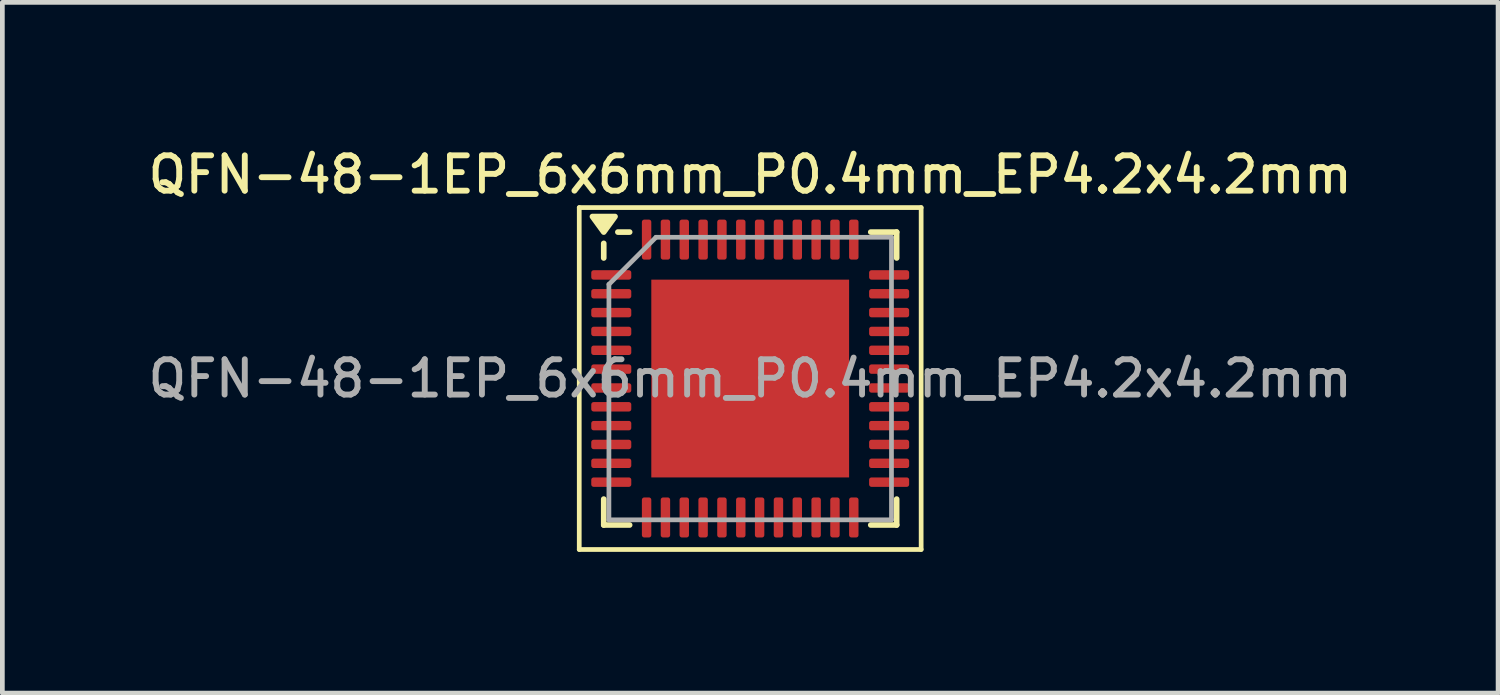
<source format=kicad_pcb>
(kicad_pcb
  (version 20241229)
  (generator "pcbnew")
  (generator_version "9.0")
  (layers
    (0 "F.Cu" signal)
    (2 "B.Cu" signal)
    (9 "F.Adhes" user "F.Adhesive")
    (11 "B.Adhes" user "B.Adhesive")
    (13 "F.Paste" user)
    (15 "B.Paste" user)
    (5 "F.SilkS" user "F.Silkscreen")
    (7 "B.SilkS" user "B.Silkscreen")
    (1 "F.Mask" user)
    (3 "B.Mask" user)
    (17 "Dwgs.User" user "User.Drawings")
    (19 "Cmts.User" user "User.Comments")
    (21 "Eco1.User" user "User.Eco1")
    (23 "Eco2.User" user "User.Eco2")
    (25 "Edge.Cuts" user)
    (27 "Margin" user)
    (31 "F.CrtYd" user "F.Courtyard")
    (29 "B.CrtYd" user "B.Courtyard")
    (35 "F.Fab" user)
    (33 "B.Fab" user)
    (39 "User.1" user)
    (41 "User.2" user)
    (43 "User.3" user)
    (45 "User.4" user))
  (footprint "QFN-48-1EP_6x6mm_P0.4mm_EP4.2x4.2mm"
    (layer "F.Cu")
    (at 12.88 4.988)
    (property "Reference" "QFN-48-1EP_6x6mm_P0.4mm_EP4.2x4.2mm" (at 0 -4.33 0) (layer "F.SilkS") (effects (font (size 0.75 0.75) (thickness 0.125))))
    (attr smd)
    (fp_line (start -3.63 -3.63) (end -3.63 3.63) (stroke (width 0.1) (type solid)) (layer "F.SilkS"))
    (fp_line (start -3.63 3.63) (end 3.63 3.63) (stroke (width 0.1) (type solid)) (layer "F.SilkS"))
    (fp_line (start -3.11 -2.56) (end -3.11 -2.87) (stroke (width 0.12) (type solid)) (layer "F.SilkS"))
    (fp_line (start -3.11 3.11) (end -3.11 2.56) (stroke (width 0.12) (type solid)) (layer "F.SilkS"))
    (fp_line (start -2.56 -3.11) (end -2.81 -3.11) (stroke (width 0.12) (type solid)) (layer "F.SilkS"))
    (fp_line (start -2.56 3.11) (end -3.11 3.11) (stroke (width 0.12) (type solid)) (layer "F.SilkS"))
    (fp_line (start 2.56 -3.11) (end 3.11 -3.11) (stroke (width 0.12) (type solid)) (layer "F.SilkS"))
    (fp_line (start 2.56 3.11) (end 3.11 3.11) (stroke (width 0.12) (type solid)) (layer "F.SilkS"))
    (fp_line (start 3.11 -3.11) (end 3.11 -2.56) (stroke (width 0.12) (type solid)) (layer "F.SilkS"))
    (fp_line (start 3.11 3.11) (end 3.11 2.56) (stroke (width 0.12) (type solid)) (layer "F.SilkS"))
    (fp_line (start 3.63 -3.63) (end -3.63 -3.63) (stroke (width 0.1) (type solid)) (layer "F.SilkS"))
    (fp_line (start 3.63 3.63) (end 3.63 -3.63) (stroke (width 0.1) (type solid)) (layer "F.SilkS"))
    (fp_poly (pts (xy -3.11 -3.11) (xy -3.35 -3.44) (xy -2.87 -3.44) (xy -3.11 -3.11)) (stroke (width 0.12) (type solid)) (fill yes) (layer "F.SilkS"))
    (fp_line (start -3 -2) (end -2 -3) (stroke (width 0.1) (type solid)) (layer "F.Fab"))
    (fp_line (start -3 3) (end -3 -2) (stroke (width 0.1) (type solid)) (layer "F.Fab"))
    (fp_line (start -2 -3) (end 3 -3) (stroke (width 0.1) (type solid)) (layer "F.Fab"))
    (fp_line (start 3 -3) (end 3 3) (stroke (width 0.1) (type solid)) (layer "F.Fab"))
    (fp_line (start 3 3) (end -3 3) (stroke (width 0.1) (type solid)) (layer "F.Fab"))
    (fp_text user "${REFERENCE}" (at 0 0 0) (layer "F.Fab") (effects (font (size 0.75 0.75) (thickness 0.125))))
    (pad "" smd roundrect (at -1.4 -1.4) (size 1.13 1.13) (layers "F.Paste") (roundrect_rratio 0.221))
    (pad "" smd roundrect (at -1.4 0) (size 1.13 1.13) (layers "F.Paste") (roundrect_rratio 0.221))
    (pad "" smd roundrect (at -1.4 1.4) (size 1.13 1.13) (layers "F.Paste") (roundrect_rratio 0.221))
    (pad "" smd roundrect (at 0 -1.4) (size 1.13 1.13) (layers "F.Paste") (roundrect_rratio 0.221))
    (pad "" smd roundrect (at 0 0) (size 1.13 1.13) (layers "F.Paste") (roundrect_rratio 0.221))
    (pad "" smd roundrect (at 0 1.4) (size 1.13 1.13) (layers "F.Paste") (roundrect_rratio 0.221))
    (pad "" smd roundrect (at 1.4 -1.4) (size 1.13 1.13) (layers "F.Paste") (roundrect_rratio 0.221))
    (pad "" smd roundrect (at 1.4 0) (size 1.13 1.13) (layers "F.Paste") (roundrect_rratio 0.221))
    (pad "" smd roundrect (at 1.4 1.4) (size 1.13 1.13) (layers "F.Paste") (roundrect_rratio 0.221))
    (pad "1" smd roundrect (at -2.95 -2.2) (size 0.85 0.2) (layers "F.Cu" "F.Mask" "F.Paste") (roundrect_rratio 0.25))
    (pad "2" smd roundrect (at -2.95 -1.8) (size 0.85 0.2) (layers "F.Cu" "F.Mask" "F.Paste") (roundrect_rratio 0.25))
    (pad "3" smd roundrect (at -2.95 -1.4) (size 0.85 0.2) (layers "F.Cu" "F.Mask" "F.Paste") (roundrect_rratio 0.25))
    (pad "4" smd roundrect (at -2.95 -1) (size 0.85 0.2) (layers "F.Cu" "F.Mask" "F.Paste") (roundrect_rratio 0.25))
    (pad "5" smd roundrect (at -2.95 -0.6) (size 0.85 0.2) (layers "F.Cu" "F.Mask" "F.Paste") (roundrect_rratio 0.25))
    (pad "6" smd roundrect (at -2.95 -0.2) (size 0.85 0.2) (layers "F.Cu" "F.Mask" "F.Paste") (roundrect_rratio 0.25))
    (pad "7" smd roundrect (at -2.95 0.2) (size 0.85 0.2) (layers "F.Cu" "F.Mask" "F.Paste") (roundrect_rratio 0.25))
    (pad "8" smd roundrect (at -2.95 0.6) (size 0.85 0.2) (layers "F.Cu" "F.Mask" "F.Paste") (roundrect_rratio 0.25))
    (pad "9" smd roundrect (at -2.95 1) (size 0.85 0.2) (layers "F.Cu" "F.Mask" "F.Paste") (roundrect_rratio 0.25))
    (pad "10" smd roundrect (at -2.95 1.4) (size 0.85 0.2) (layers "F.Cu" "F.Mask" "F.Paste") (roundrect_rratio 0.25))
    (pad "11" smd roundrect (at -2.95 1.8) (size 0.85 0.2) (layers "F.Cu" "F.Mask" "F.Paste") (roundrect_rratio 0.25))
    (pad "12" smd roundrect (at -2.95 2.2) (size 0.85 0.2) (layers "F.Cu" "F.Mask" "F.Paste") (roundrect_rratio 0.25))
    (pad "13" smd roundrect (at -2.2 2.95) (size 0.2 0.85) (layers "F.Cu" "F.Mask" "F.Paste") (roundrect_rratio 0.25))
    (pad "14" smd roundrect (at -1.8 2.95) (size 0.2 0.85) (layers "F.Cu" "F.Mask" "F.Paste") (roundrect_rratio 0.25))
    (pad "15" smd roundrect (at -1.4 2.95) (size 0.2 0.85) (layers "F.Cu" "F.Mask" "F.Paste") (roundrect_rratio 0.25))
    (pad "16" smd roundrect (at -1 2.95) (size 0.2 0.85) (layers "F.Cu" "F.Mask" "F.Paste") (roundrect_rratio 0.25))
    (pad "17" smd roundrect (at -0.6 2.95) (size 0.2 0.85) (layers "F.Cu" "F.Mask" "F.Paste") (roundrect_rratio 0.25))
    (pad "18" smd roundrect (at -0.2 2.95) (size 0.2 0.85) (layers "F.Cu" "F.Mask" "F.Paste") (roundrect_rratio 0.25))
    (pad "19" smd roundrect (at 0.2 2.95) (size 0.2 0.85) (layers "F.Cu" "F.Mask" "F.Paste") (roundrect_rratio 0.25))
    (pad "20" smd roundrect (at 0.6 2.95) (size 0.2 0.85) (layers "F.Cu" "F.Mask" "F.Paste") (roundrect_rratio 0.25))
    (pad "21" smd roundrect (at 1 2.95) (size 0.2 0.85) (layers "F.Cu" "F.Mask" "F.Paste") (roundrect_rratio 0.25))
    (pad "22" smd roundrect (at 1.4 2.95) (size 0.2 0.85) (layers "F.Cu" "F.Mask" "F.Paste") (roundrect_rratio 0.25))
    (pad "23" smd roundrect (at 1.8 2.95) (size 0.2 0.85) (layers "F.Cu" "F.Mask" "F.Paste") (roundrect_rratio 0.25))
    (pad "24" smd roundrect (at 2.2 2.95) (size 0.2 0.85) (layers "F.Cu" "F.Mask" "F.Paste") (roundrect_rratio 0.25))
    (pad "25" smd roundrect (at 2.95 2.2) (size 0.85 0.2) (layers "F.Cu" "F.Mask" "F.Paste") (roundrect_rratio 0.25))
    (pad "26" smd roundrect (at 2.95 1.8) (size 0.85 0.2) (layers "F.Cu" "F.Mask" "F.Paste") (roundrect_rratio 0.25))
    (pad "27" smd roundrect (at 2.95 1.4) (size 0.85 0.2) (layers "F.Cu" "F.Mask" "F.Paste") (roundrect_rratio 0.25))
    (pad "28" smd roundrect (at 2.95 1) (size 0.85 0.2) (layers "F.Cu" "F.Mask" "F.Paste") (roundrect_rratio 0.25))
    (pad "29" smd roundrect (at 2.95 0.6) (size 0.85 0.2) (layers "F.Cu" "F.Mask" "F.Paste") (roundrect_rratio 0.25))
    (pad "30" smd roundrect (at 2.95 0.2) (size 0.85 0.2) (layers "F.Cu" "F.Mask" "F.Paste") (roundrect_rratio 0.25))
    (pad "31" smd roundrect (at 2.95 -0.2) (size 0.85 0.2) (layers "F.Cu" "F.Mask" "F.Paste") (roundrect_rratio 0.25))
    (pad "32" smd roundrect (at 2.95 -0.6) (size 0.85 0.2) (layers "F.Cu" "F.Mask" "F.Paste") (roundrect_rratio 0.25))
    (pad "33" smd roundrect (at 2.95 -1) (size 0.85 0.2) (layers "F.Cu" "F.Mask" "F.Paste") (roundrect_rratio 0.25))
    (pad "34" smd roundrect (at 2.95 -1.4) (size 0.85 0.2) (layers "F.Cu" "F.Mask" "F.Paste") (roundrect_rratio 0.25))
    (pad "35" smd roundrect (at 2.95 -1.8) (size 0.85 0.2) (layers "F.Cu" "F.Mask" "F.Paste") (roundrect_rratio 0.25))
    (pad "36" smd roundrect (at 2.95 -2.2) (size 0.85 0.2) (layers "F.Cu" "F.Mask" "F.Paste") (roundrect_rratio 0.25))
    (pad "37" smd roundrect (at 2.2 -2.95) (size 0.2 0.85) (layers "F.Cu" "F.Mask" "F.Paste") (roundrect_rratio 0.25))
    (pad "38" smd roundrect (at 1.8 -2.95) (size 0.2 0.85) (layers "F.Cu" "F.Mask" "F.Paste") (roundrect_rratio 0.25))
    (pad "39" smd roundrect (at 1.4 -2.95) (size 0.2 0.85) (layers "F.Cu" "F.Mask" "F.Paste") (roundrect_rratio 0.25))
    (pad "40" smd roundrect (at 1 -2.95) (size 0.2 0.85) (layers "F.Cu" "F.Mask" "F.Paste") (roundrect_rratio 0.25))
    (pad "41" smd roundrect (at 0.6 -2.95) (size 0.2 0.85) (layers "F.Cu" "F.Mask" "F.Paste") (roundrect_rratio 0.25))
    (pad "42" smd roundrect (at 0.2 -2.95) (size 0.2 0.85) (layers "F.Cu" "F.Mask" "F.Paste") (roundrect_rratio 0.25))
    (pad "43" smd roundrect (at -0.2 -2.95) (size 0.2 0.85) (layers "F.Cu" "F.Mask" "F.Paste") (roundrect_rratio 0.25))
    (pad "44" smd roundrect (at -0.6 -2.95) (size 0.2 0.85) (layers "F.Cu" "F.Mask" "F.Paste") (roundrect_rratio 0.25))
    (pad "45" smd roundrect (at -1 -2.95) (size 0.2 0.85) (layers "F.Cu" "F.Mask" "F.Paste") (roundrect_rratio 0.25))
    (pad "46" smd roundrect (at -1.4 -2.95) (size 0.2 0.85) (layers "F.Cu" "F.Mask" "F.Paste") (roundrect_rratio 0.25))
    (pad "47" smd roundrect (at -1.8 -2.95) (size 0.2 0.85) (layers "F.Cu" "F.Mask" "F.Paste") (roundrect_rratio 0.25))
    (pad "48" smd roundrect (at -2.2 -2.95) (size 0.2 0.85) (layers "F.Cu" "F.Mask" "F.Paste") (roundrect_rratio 0.25))
    (pad "49" smd rect (at 0 0) (size 4.2 4.2) (property pad_prop_heatsink) (layers "F.Cu" "F.Mask")))
  (gr_rect
    (start -3 -3)
    (end 28.761 11.668)
    (stroke (width 0.1) (type default))
    (fill no)
    (layer "Edge.Cuts")))
</source>
